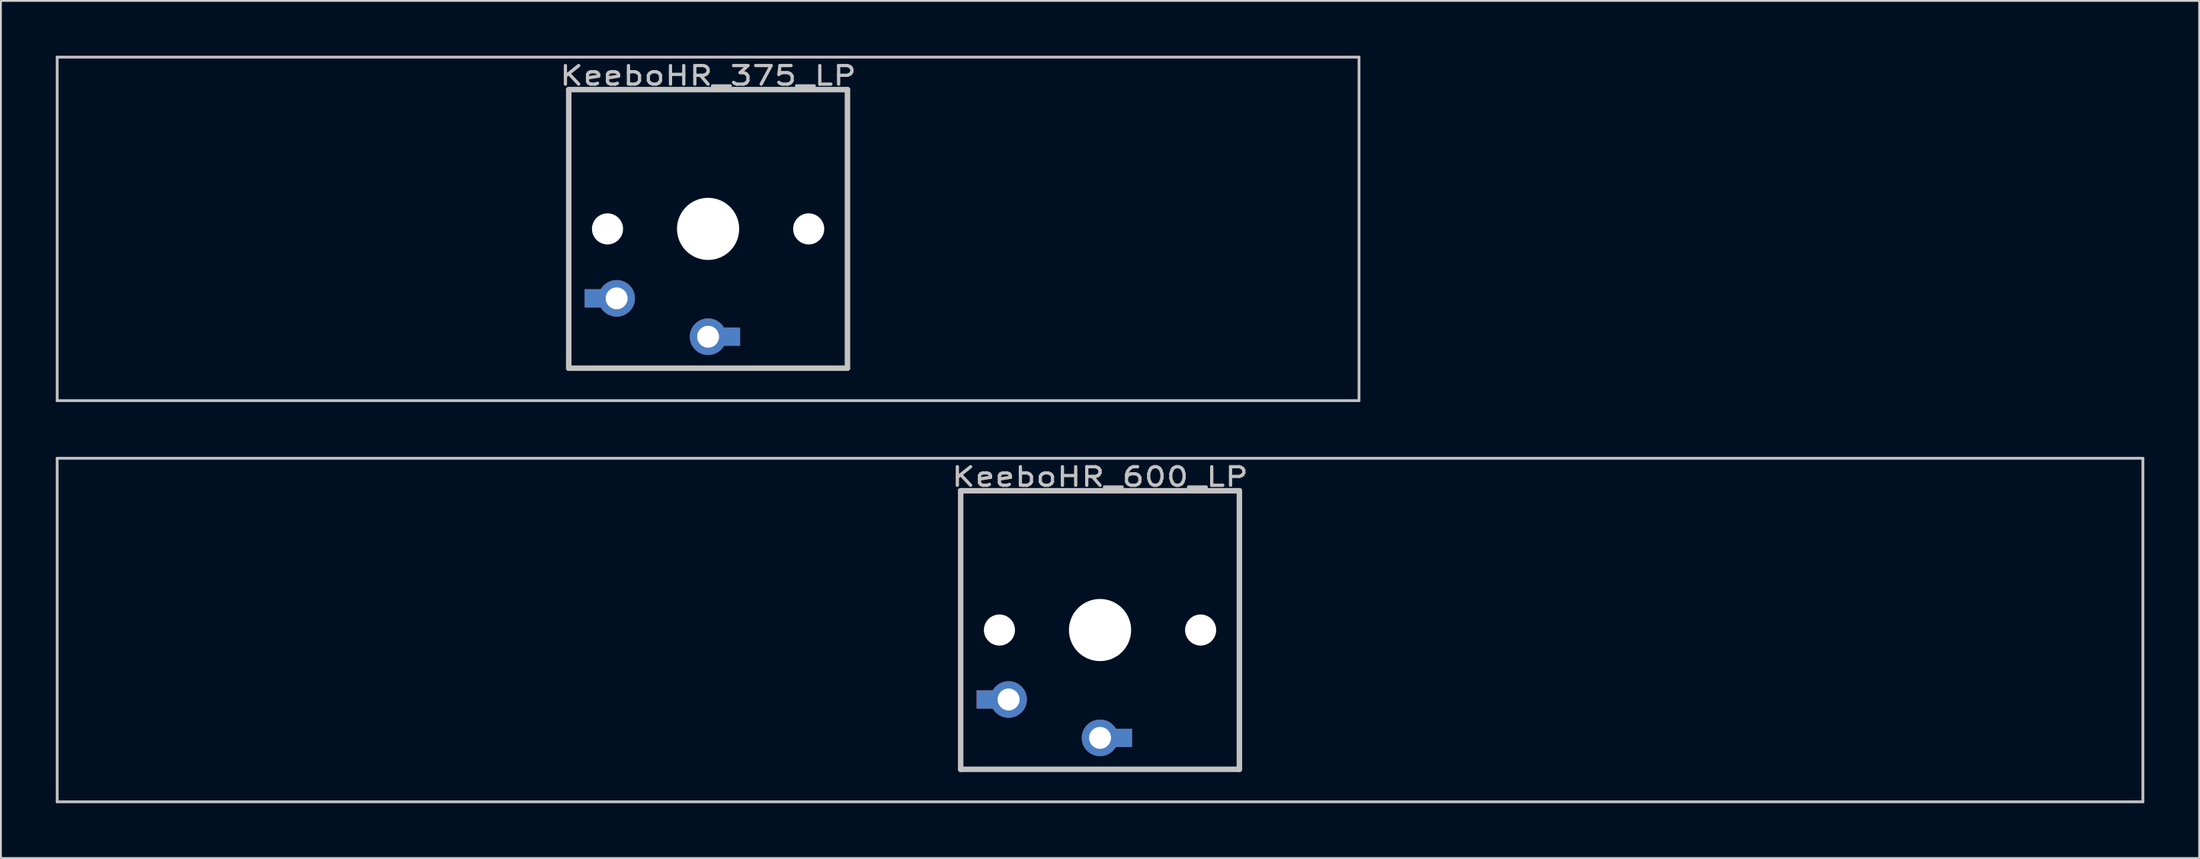
<source format=kicad_pcb>
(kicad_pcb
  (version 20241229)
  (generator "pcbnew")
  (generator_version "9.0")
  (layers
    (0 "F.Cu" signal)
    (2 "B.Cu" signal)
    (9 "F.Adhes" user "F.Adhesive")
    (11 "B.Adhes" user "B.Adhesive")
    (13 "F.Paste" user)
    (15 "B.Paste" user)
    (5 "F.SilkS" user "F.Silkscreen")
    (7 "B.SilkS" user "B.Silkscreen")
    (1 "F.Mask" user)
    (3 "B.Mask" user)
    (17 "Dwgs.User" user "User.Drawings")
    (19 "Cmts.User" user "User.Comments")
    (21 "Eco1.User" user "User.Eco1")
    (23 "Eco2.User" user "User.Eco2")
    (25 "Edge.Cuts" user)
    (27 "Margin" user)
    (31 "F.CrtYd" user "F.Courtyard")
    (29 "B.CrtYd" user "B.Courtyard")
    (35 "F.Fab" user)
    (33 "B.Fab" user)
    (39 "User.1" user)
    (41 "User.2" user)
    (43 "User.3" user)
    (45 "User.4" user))
  (footprint "KeeboHR_375_LP"
    (layer "F.Cu")
    (at 35.668 9.474)
    (property "Reference" "KeeboHR_375_LP" (at 0 -8.382 0) (layer "Dwgs.User") (effects (font (size 1.016 1.27) (thickness 0.178))))
    (attr through_hole)
    (fp_line (start -35.592 -9.398) (end 35.592 -9.398) (stroke (width 0.152) (type solid)) (layer "Dwgs.User"))
    (fp_line (start -35.592 9.398) (end -35.592 -9.398) (stroke (width 0.152) (type solid)) (layer "Dwgs.User"))
    (fp_line (start -7.62 -7.62) (end 7.62 -7.62) (stroke (width 0.3) (type solid)) (layer "Dwgs.User"))
    (fp_line (start -7.62 7.62) (end -7.62 -7.62) (stroke (width 0.3) (type solid)) (layer "Dwgs.User"))
    (fp_line (start 7.62 -7.62) (end 7.62 7.62) (stroke (width 0.3) (type solid)) (layer "Dwgs.User"))
    (fp_line (start 7.62 7.62) (end -7.62 7.62) (stroke (width 0.3) (type solid)) (layer "Dwgs.User"))
    (fp_line (start 35.592 -9.398) (end 35.592 9.398) (stroke (width 0.152) (type solid)) (layer "Dwgs.User"))
    (fp_line (start 35.592 9.398) (end -35.592 9.398) (stroke (width 0.152) (type solid)) (layer "Dwgs.User"))
    (pad "" np_thru_hole circle (at -5.5 0) (size 1.7 1.7) (drill 1.7) (layers "*.Cu" "*.Mask"))
    (pad "" np_thru_hole circle (at 0 0) (size 3.4 3.4) (drill 3.4) (layers "*.Cu" "*.Mask"))
    (pad "" np_thru_hole circle (at 5.5 0) (size 1.7 1.7) (drill 1.7) (layers "*.Cu" "*.Mask"))
    (pad "1" thru_hole circle (at 0 5.9) (size 2 2) (drill 1.2) (layers "*.Cu" "*.Mask"))
    (pad "1" smd rect (at 1.25 5.9) (size 1 1) (layers "*.Cu" "*.Mask"))
    (pad "2" smd rect (at -6.25 3.8) (size 1 1) (layers "*.Cu" "*.Mask"))
    (pad "2" thru_hole circle (at -5 3.8) (size 2 2) (drill 1.2) (layers "*.Cu" "*.Mask")))
  (footprint "KeeboHR_600_LP"
    (layer "F.Cu")
    (at 57.099 31.423)
    (property "Reference" "KeeboHR_600_LP" (at 0 -8.382 0) (layer "Dwgs.User") (effects (font (size 1.016 1.27) (thickness 0.178))))
    (attr through_hole)
    (fp_line (start -57.023 -9.398) (end 57.023 -9.398) (stroke (width 0.152) (type solid)) (layer "Dwgs.User"))
    (fp_line (start -57.023 9.398) (end -57.023 -9.398) (stroke (width 0.152) (type solid)) (layer "Dwgs.User"))
    (fp_line (start -7.62 -7.62) (end 7.62 -7.62) (stroke (width 0.3) (type solid)) (layer "Dwgs.User"))
    (fp_line (start -7.62 7.62) (end -7.62 -7.62) (stroke (width 0.3) (type solid)) (layer "Dwgs.User"))
    (fp_line (start 7.62 -7.62) (end 7.62 7.62) (stroke (width 0.3) (type solid)) (layer "Dwgs.User"))
    (fp_line (start 7.62 7.62) (end -7.62 7.62) (stroke (width 0.3) (type solid)) (layer "Dwgs.User"))
    (fp_line (start 57.023 -9.398) (end 57.023 9.398) (stroke (width 0.152) (type solid)) (layer "Dwgs.User"))
    (fp_line (start 57.023 9.398) (end -57.023 9.398) (stroke (width 0.152) (type solid)) (layer "Dwgs.User"))
    (pad "" np_thru_hole circle (at -5.5 0) (size 1.7 1.7) (drill 1.7) (layers "*.Cu" "*.Mask"))
    (pad "" np_thru_hole circle (at 0 0) (size 3.4 3.4) (drill 3.4) (layers "*.Cu" "*.Mask"))
    (pad "" np_thru_hole circle (at 5.5 0) (size 1.7 1.7) (drill 1.7) (layers "*.Cu" "*.Mask"))
    (pad "1" thru_hole circle (at 0 5.9) (size 2 2) (drill 1.2) (layers "*.Cu" "*.Mask"))
    (pad "1" smd rect (at 1.25 5.9) (size 1 1) (layers "*.Cu" "*.Mask"))
    (pad "2" smd rect (at -6.25 3.8) (size 1 1) (layers "*.Cu" "*.Mask"))
    (pad "2" thru_hole circle (at -5 3.8) (size 2 2) (drill 1.2) (layers "*.Cu" "*.Mask")))
  (gr_rect
    (start -3 -3)
    (end 117.198 43.897)
    (stroke (width 0.1) (type default))
    (fill no)
    (layer "Edge.Cuts")))
</source>
